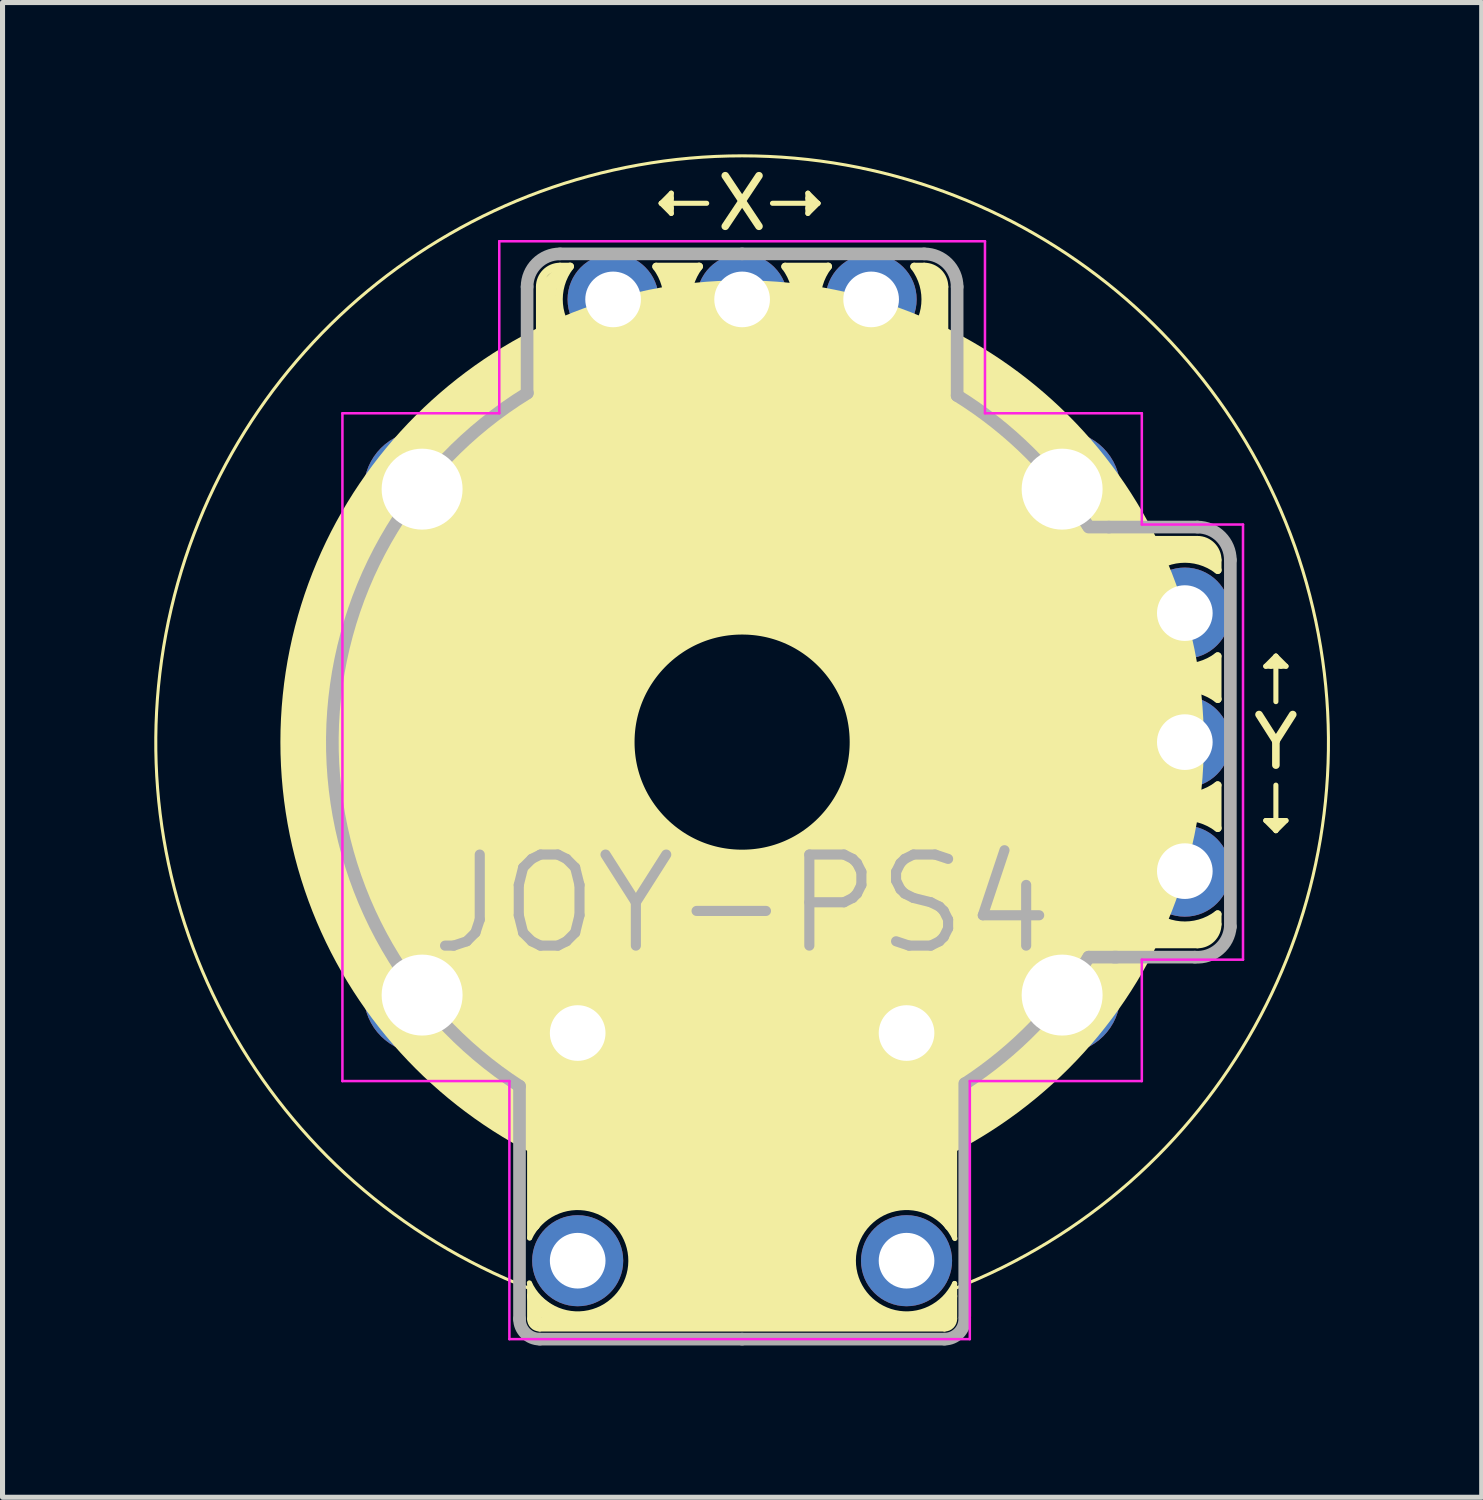
<source format=kicad_pcb>
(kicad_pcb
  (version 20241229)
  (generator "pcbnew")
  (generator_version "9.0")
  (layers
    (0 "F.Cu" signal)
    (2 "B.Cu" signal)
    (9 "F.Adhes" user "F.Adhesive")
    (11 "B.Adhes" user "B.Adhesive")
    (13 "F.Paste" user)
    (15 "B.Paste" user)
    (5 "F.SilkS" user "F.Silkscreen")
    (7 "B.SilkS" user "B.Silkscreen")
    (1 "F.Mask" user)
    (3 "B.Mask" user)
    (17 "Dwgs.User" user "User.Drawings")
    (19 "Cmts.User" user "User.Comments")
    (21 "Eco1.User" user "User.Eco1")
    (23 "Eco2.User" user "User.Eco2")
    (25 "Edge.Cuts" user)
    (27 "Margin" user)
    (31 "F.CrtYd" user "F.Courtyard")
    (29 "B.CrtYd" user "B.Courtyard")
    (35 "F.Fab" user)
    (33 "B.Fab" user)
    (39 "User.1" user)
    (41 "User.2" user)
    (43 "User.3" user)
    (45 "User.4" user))
  (footprint "JOY-PS4"
    (layer "F.Cu")
    (at 11.618 11.618)
    (property "Reference" "JOY-PS4" (at 0 3.2 0) (layer "F.Fab") (effects (font (size 1.8 1.8) (thickness 0.2))))
    (attr through_hole)
    (fp_line (start -4.2 9.8) (end -4.2 6.5) (stroke (width 0.1) (type solid)) (layer "F.SilkS"))
    (fp_line (start -4.2 10.7) (end -4.2 11.4) (stroke (width 0.1) (type solid)) (layer "F.SilkS"))
    (fp_line (start -4.15 10.95) (end -4.05 11.45) (stroke (width 0.2) (type solid)) (layer "F.SilkS"))
    (fp_line (start -4.1 9.55) (end -3.95 9.3) (stroke (width 0.2) (type solid)) (layer "F.SilkS"))
    (fp_line (start -4.05 6.6) (end -4.1 9.55) (stroke (width 0.2) (type solid)) (layer "F.SilkS"))
    (fp_line (start -4.05 11.45) (end -3.85 11.5) (stroke (width 0.2) (type solid)) (layer "F.SilkS"))
    (fp_line (start -4 -9) (end -4 -6.6) (stroke (width 0.15) (type solid)) (layer "F.SilkS"))
    (fp_line (start -4 11.6) (end 4 11.6) (stroke (width 0.1) (type solid)) (layer "F.SilkS"))
    (fp_line (start -3.95 9.15) (end -3.25 8.95) (stroke (width 0.2) (type solid)) (layer "F.SilkS"))
    (fp_line (start -3.95 9.3) (end -3.4 9.1) (stroke (width 0.2) (type solid)) (layer "F.SilkS"))
    (fp_line (start -3.9 6.8) (end -3.95 9.15) (stroke (width 0.2) (type solid)) (layer "F.SilkS"))
    (fp_line (start -3.9 11.15) (end -4.15 10.95) (stroke (width 0.2) (type solid)) (layer "F.SilkS"))
    (fp_line (start -3.85 -8.7) (end -3.8 -9.05) (stroke (width 0.3) (type solid)) (layer "F.SilkS"))
    (fp_line (start -3.85 -6.9) (end -3.85 -8.7) (stroke (width 0.3) (type solid)) (layer "F.SilkS"))
    (fp_line (start -3.85 11.5) (end -3.15 11.5) (stroke (width 0.2) (type solid)) (layer "F.SilkS"))
    (fp_line (start -3.8 -9.05) (end -3.6 -9.25) (stroke (width 0.3) (type solid)) (layer "F.SilkS"))
    (fp_line (start -3.8 9) (end -3.7 7.45) (stroke (width 0.4) (type solid)) (layer "F.SilkS"))
    (fp_line (start -3.75 -8.7) (end -3.7 -8.2) (stroke (width 0.3) (type solid)) (layer "F.SilkS"))
    (fp_line (start -3.75 7.1) (end -2.3 7.75) (stroke (width 0.4) (type solid)) (layer "F.SilkS"))
    (fp_line (start -3.7 -8.2) (end -3.5 -7.9) (stroke (width 0.3) (type solid)) (layer "F.SilkS"))
    (fp_line (start -3.7 8.85) (end -3.65 7.5) (stroke (width 0.4) (type solid)) (layer "F.SilkS"))
    (fp_line (start -3.7 11.4) (end -4 11.25) (stroke (width 0.2) (type solid)) (layer "F.SilkS"))
    (fp_line (start -3.65 -7.85) (end -3.25 -7.55) (stroke (width 0.3) (type solid)) (layer "F.SilkS"))
    (fp_line (start -3.65 7.5) (end -1.75 8.2) (stroke (width 0.4) (type solid)) (layer "F.SilkS"))
    (fp_line (start -3.6 -9.4) (end -3.4 -9.4) (stroke (width 0.15) (type solid)) (layer "F.SilkS"))
    (fp_line (start -3.6 -7.2) (end -3.65 -7.85) (stroke (width 0.3) (type solid)) (layer "F.SilkS"))
    (fp_line (start -3.6 -7.05) (end -3.85 -6.9) (stroke (width 0.3) (type solid)) (layer "F.SilkS"))
    (fp_line (start -3.6 7) (end -3.9 6.8) (stroke (width 0.2) (type solid)) (layer "F.SilkS"))
    (fp_line (start -3.6 11.35) (end -3.9 11.15) (stroke (width 0.2) (type solid)) (layer "F.SilkS"))
    (fp_line (start -3.5 -7.9) (end -3.15 -7.7) (stroke (width 0.3) (type solid)) (layer "F.SilkS"))
    (fp_line (start -3.4 8.5) (end -3.35 7.85) (stroke (width 0.4) (type solid)) (layer "F.SilkS"))
    (fp_line (start -3.4 9.1) (end -2.9 9.15) (stroke (width 0.2) (type solid)) (layer "F.SilkS"))
    (fp_line (start -3.25 -7.55) (end -3.45 -7.5) (stroke (width 0.3) (type solid)) (layer "F.SilkS"))
    (fp_line (start -3.25 8.95) (end -2.8 9) (stroke (width 0.2) (type solid)) (layer "F.SilkS"))
    (fp_line (start -3.2 8.55) (end -3.4 8.5) (stroke (width 0.4) (type solid)) (layer "F.SilkS"))
    (fp_line (start -3.15 -7.7) (end -2.9 -7.6) (stroke (width 0.3) (type solid)) (layer "F.SilkS"))
    (fp_line (start -3.15 8.15) (end -0.1 8.85) (stroke (width 0.8) (type solid)) (layer "F.SilkS"))
    (fp_line (start -3.15 11.5) (end 3.85 11.5) (stroke (width 0.2) (type solid)) (layer "F.SilkS"))
    (fp_line (start -3.05 8.75) (end -3.7 8.85) (stroke (width 0.4) (type solid)) (layer "F.SilkS"))
    (fp_line (start -3.05 11.4) (end -3.6 11.35) (stroke (width 0.2) (type solid)) (layer "F.SilkS"))
    (fp_line (start -2.9 -7.6) (end -2.7 -7.6) (stroke (width 0.3) (type solid)) (layer "F.SilkS"))
    (fp_line (start -2.9 9.15) (end -2.3 9.5) (stroke (width 0.2) (type solid)) (layer "F.SilkS"))
    (fp_line (start -2.8 9) (end -2.2 9.45) (stroke (width 0.2) (type solid)) (layer "F.SilkS"))
    (fp_line (start -2.7 -7.6) (end -3.6 -7.2) (stroke (width 0.3) (type solid)) (layer "F.SilkS"))
    (fp_line (start -2.7 11.4) (end -3.7 11.4) (stroke (width 0.2) (type solid)) (layer "F.SilkS"))
    (fp_line (start -2.65 11.25) (end -3.05 11.4) (stroke (width 0.2) (type solid)) (layer "F.SilkS"))
    (fp_line (start -2.5 -7.5) (end -3.6 -7.05) (stroke (width 0.3) (type solid)) (layer "F.SilkS"))
    (fp_line (start -2.5 8.95) (end -3.05 8.75) (stroke (width 0.4) (type solid)) (layer "F.SilkS"))
    (fp_line (start -2.45 7.5) (end -3.6 7) (stroke (width 0.2) (type solid)) (layer "F.SilkS"))
    (fp_line (start -2.45 11.3) (end -2.7 11.4) (stroke (width 0.2) (type solid)) (layer "F.SilkS"))
    (fp_line (start -2.4 9.45) (end -2.15 9.9) (stroke (width 0.2) (type solid)) (layer "F.SilkS"))
    (fp_line (start -2.3 7.75) (end -0.35 8.05) (stroke (width 0.4) (type solid)) (layer "F.SilkS"))
    (fp_line (start -2.3 11.3) (end -1.8 10.8) (stroke (width 0.4) (type solid)) (layer "F.SilkS"))
    (fp_line (start -2.25 8.7) (end -3.2 8.55) (stroke (width 0.4) (type solid)) (layer "F.SilkS"))
    (fp_line (start -2.25 10.85) (end -2.65 11.25) (stroke (width 0.2) (type solid)) (layer "F.SilkS"))
    (fp_line (start -2.2 9.45) (end -1.95 10.3) (stroke (width 0.2) (type solid)) (layer "F.SilkS"))
    (fp_line (start -2.15 9.9) (end -2.1 10.35) (stroke (width 0.2) (type solid)) (layer "F.SilkS"))
    (fp_line (start -2.1 10.35) (end -2.25 10.85) (stroke (width 0.2) (type solid)) (layer "F.SilkS"))
    (fp_line (start -2.1 10.95) (end -2.45 11.3) (stroke (width 0.2) (type solid)) (layer "F.SilkS"))
    (fp_line (start -2.05 9.35) (end -2.5 8.95) (stroke (width 0.4) (type solid)) (layer "F.SilkS"))
    (fp_line (start -1.95 10.3) (end -2.1 10.95) (stroke (width 0.2) (type solid)) (layer "F.SilkS"))
    (fp_line (start -1.85 -7.8) (end -1.25 -8) (stroke (width 0.3) (type solid)) (layer "F.SilkS"))
    (fp_line (start -1.8 10.8) (end -1.75 10.15) (stroke (width 0.4) (type solid)) (layer "F.SilkS"))
    (fp_line (start -1.75 8.2) (end 0 8.4) (stroke (width 0.4) (type solid)) (layer "F.SilkS"))
    (fp_line (start -1.75 10.15) (end -2.05 9.35) (stroke (width 0.4) (type solid)) (layer "F.SilkS"))
    (fp_line (start -1.7 -9.4) (end -0.85 -9.4) (stroke (width 0.15) (type solid)) (layer "F.SilkS"))
    (fp_line (start -1.7 9.35) (end -2.25 8.7) (stroke (width 0.4) (type solid)) (layer "F.SilkS"))
    (fp_line (start -1.7 11.05) (end -1.35 10.3) (stroke (width 0.4) (type solid)) (layer "F.SilkS"))
    (fp_line (start -1.6 -10.65) (end -1.4 -10.45) (stroke (width 0.1) (type solid)) (layer "F.SilkS"))
    (fp_line (start -1.55 9) (end -1.1 10.65) (stroke (width 0.8) (type solid)) (layer "F.SilkS"))
    (fp_line (start -1.5 -10.65) (end -1.4 -10.75) (stroke (width 0.1) (type solid)) (layer "F.SilkS"))
    (fp_line (start -1.5 -9.25) (end -1.1 -9.25) (stroke (width 0.3) (type solid)) (layer "F.SilkS"))
    (fp_line (start -1.5 -8.1) (end -1.85 -7.8) (stroke (width 0.3) (type solid)) (layer "F.SilkS"))
    (fp_line (start -1.4 -10.85) (end -1.6 -10.65) (stroke (width 0.1) (type solid)) (layer "F.SilkS"))
    (fp_line (start -1.4 -10.55) (end -1.5 -10.65) (stroke (width 0.1) (type solid)) (layer "F.SilkS"))
    (fp_line (start -1.4 -10.45) (end -1.4 -10.85) (stroke (width 0.1) (type solid)) (layer "F.SilkS"))
    (fp_line (start -1.35 -9.1) (end -1.35 -8.6) (stroke (width 0.3) (type solid)) (layer "F.SilkS"))
    (fp_line (start -1.35 -8.6) (end -1.5 -8.1) (stroke (width 0.3) (type solid)) (layer "F.SilkS"))
    (fp_line (start -1.35 10.3) (end -1.7 9.35) (stroke (width 0.4) (type solid)) (layer "F.SilkS"))
    (fp_line (start -1.25 -8.75) (end -1.1 -8.1) (stroke (width 0.3) (type solid)) (layer "F.SilkS"))
    (fp_line (start -1.25 -8) (end -1.3 -8.2) (stroke (width 0.3) (type solid)) (layer "F.SilkS"))
    (fp_line (start -1.1 -9.25) (end -1.25 -8.75) (stroke (width 0.3) (type solid)) (layer "F.SilkS"))
    (fp_line (start -1.1 -8.1) (end -0.8 -7.9) (stroke (width 0.3) (type solid)) (layer "F.SilkS"))
    (fp_line (start -1.1 10.65) (end 1.35 10.65) (stroke (width 0.8) (type solid)) (layer "F.SilkS"))
    (fp_line (start -1.05 7.8) (end -2.45 7.5) (stroke (width 0.2) (type solid)) (layer "F.SilkS"))
    (fp_line (start -0.8 -7.9) (end -2.35 -7.55) (stroke (width 0.3) (type solid)) (layer "F.SilkS"))
    (fp_line (start -0.75 9.8) (end -0.65 10.1) (stroke (width 0.8) (type solid)) (layer "F.SilkS"))
    (fp_line (start -0.7 -10.65) (end -1.6 -10.65) (stroke (width 0.1) (type solid)) (layer "F.SilkS"))
    (fp_line (start -0.65 10.1) (end 1.05 10.15) (stroke (width 0.8) (type solid)) (layer "F.SilkS"))
    (fp_line (start -0.35 8.05) (end 0.85 8.05) (stroke (width 0.4) (type solid)) (layer "F.SilkS"))
    (fp_line (start -0.1 7.85) (end -1.05 7.8) (stroke (width 0.2) (type solid)) (layer "F.SilkS"))
    (fp_line (start -0.1 8.85) (end 3.35 8.05) (stroke (width 0.8) (type solid)) (layer "F.SilkS"))
    (fp_line (start 0 8.4) (end 1.9 8.25) (stroke (width 0.4) (type solid)) (layer "F.SilkS"))
    (fp_line (start 0.15 9.45) (end -1.55 9) (stroke (width 0.8) (type solid)) (layer "F.SilkS"))
    (fp_line (start 0.6 -10.65) (end 1.5 -10.65) (stroke (width 0.1) (type solid)) (layer "F.SilkS"))
    (fp_line (start 0.7 -7.85) (end 1.1 -8.15) (stroke (width 0.3) (type solid)) (layer "F.SilkS"))
    (fp_line (start 0.85 -9.4) (end 1.7 -9.4) (stroke (width 0.15) (type solid)) (layer "F.SilkS"))
    (fp_line (start 0.85 -7.85) (end 1.75 -7.75) (stroke (width 0.3) (type solid)) (layer "F.SilkS"))
    (fp_line (start 0.85 8.05) (end 2.5 7.7) (stroke (width 0.4) (type solid)) (layer "F.SilkS"))
    (fp_line (start 0.9 7.85) (end -0.1 7.85) (stroke (width 0.2) (type solid)) (layer "F.SilkS"))
    (fp_line (start 1.1 -9.25) (end 1.45 -9.25) (stroke (width 0.3) (type solid)) (layer "F.SilkS"))
    (fp_line (start 1.1 -8.15) (end 1.2 -8.55) (stroke (width 0.3) (type solid)) (layer "F.SilkS"))
    (fp_line (start 1.2 -8.9) (end 1.1 -9.25) (stroke (width 0.3) (type solid)) (layer "F.SilkS"))
    (fp_line (start 1.2 -8.55) (end 1.2 -8.9) (stroke (width 0.3) (type solid)) (layer "F.SilkS"))
    (fp_line (start 1.2 -8) (end 1.3 -8.25) (stroke (width 0.3) (type solid)) (layer "F.SilkS"))
    (fp_line (start 1.3 -10.85) (end 1.3 -10.45) (stroke (width 0.1) (type solid)) (layer "F.SilkS"))
    (fp_line (start 1.3 -10.75) (end 1.4 -10.65) (stroke (width 0.1) (type solid)) (layer "F.SilkS"))
    (fp_line (start 1.3 -10.45) (end 1.5 -10.65) (stroke (width 0.1) (type solid)) (layer "F.SilkS"))
    (fp_line (start 1.35 -8.95) (end 1.35 -8.5) (stroke (width 0.3) (type solid)) (layer "F.SilkS"))
    (fp_line (start 1.35 -8.5) (end 1.55 -8.05) (stroke (width 0.3) (type solid)) (layer "F.SilkS"))
    (fp_line (start 1.35 10.65) (end 1.4 9.65) (stroke (width 0.8) (type solid)) (layer "F.SilkS"))
    (fp_line (start 1.4 -10.65) (end 1.3 -10.55) (stroke (width 0.1) (type solid)) (layer "F.SilkS"))
    (fp_line (start 1.4 9.65) (end -0.75 9.8) (stroke (width 0.8) (type solid)) (layer "F.SilkS"))
    (fp_line (start 1.45 -9.25) (end 1.35 -8.95) (stroke (width 0.3) (type solid)) (layer "F.SilkS"))
    (fp_line (start 1.5 -10.65) (end 1.3 -10.85) (stroke (width 0.1) (type solid)) (layer "F.SilkS"))
    (fp_line (start 1.55 -8.05) (end 1.7 -7.9) (stroke (width 0.3) (type solid)) (layer "F.SilkS"))
    (fp_line (start 1.55 10.1) (end 1.7 10.65) (stroke (width 0.4) (type solid)) (layer "F.SilkS"))
    (fp_line (start 1.7 -7.9) (end 1.2 -8) (stroke (width 0.3) (type solid)) (layer "F.SilkS"))
    (fp_line (start 1.7 10.65) (end 1.9 11.05) (stroke (width 0.4) (type solid)) (layer "F.SilkS"))
    (fp_line (start 1.75 -7.75) (end 2.45 -7.55) (stroke (width 0.3) (type solid)) (layer "F.SilkS"))
    (fp_line (start 1.75 9.5) (end 1.55 10.1) (stroke (width 0.4) (type solid)) (layer "F.SilkS"))
    (fp_line (start 1.9 8.25) (end 1.95 8.15) (stroke (width 0.4) (type solid)) (layer "F.SilkS"))
    (fp_line (start 1.9 9.95) (end 1.95 10.65) (stroke (width 0.4) (type solid)) (layer "F.SilkS"))
    (fp_line (start 1.9 11.05) (end -1.7 11.05) (stroke (width 0.4) (type solid)) (layer "F.SilkS"))
    (fp_line (start 1.95 8.15) (end 3.45 7.6) (stroke (width 0.4) (type solid)) (layer "F.SilkS"))
    (fp_line (start 1.95 10.65) (end 2.35 11.25) (stroke (width 0.4) (type solid)) (layer "F.SilkS"))
    (fp_line (start 2.1 9.15) (end 1.75 9.5) (stroke (width 0.4) (type solid)) (layer "F.SilkS"))
    (fp_line (start 2.1 10.15) (end 2.3 9.6) (stroke (width 0.2) (type solid)) (layer "F.SilkS"))
    (fp_line (start 2.2 10.7) (end 2.1 10.15) (stroke (width 0.2) (type solid)) (layer "F.SilkS"))
    (fp_line (start 2.3 9.25) (end 1.9 9.95) (stroke (width 0.4) (type solid)) (layer "F.SilkS"))
    (fp_line (start 2.3 9.6) (end 2.75 9.2) (stroke (width 0.2) (type solid)) (layer "F.SilkS"))
    (fp_line (start 2.35 11.25) (end 2.55 11.35) (stroke (width 0.4) (type solid)) (layer "F.SilkS"))
    (fp_line (start 2.4 11) (end 2.2 10.7) (stroke (width 0.2) (type solid)) (layer "F.SilkS"))
    (fp_line (start 2.45 -7.55) (end 3.85 -6.95) (stroke (width 0.3) (type solid)) (layer "F.SilkS"))
    (fp_line (start 2.5 7.7) (end 4 6.95) (stroke (width 0.4) (type solid)) (layer "F.SilkS"))
    (fp_line (start 2.55 7.4) (end 0.9 7.85) (stroke (width 0.2) (type solid)) (layer "F.SilkS"))
    (fp_line (start 2.55 11.35) (end -2.3 11.3) (stroke (width 0.4) (type solid)) (layer "F.SilkS"))
    (fp_line (start 2.7 -7.6) (end 3.25 -7.75) (stroke (width 0.3) (type solid)) (layer "F.SilkS"))
    (fp_line (start 2.75 9.2) (end 3.2 9.1) (stroke (width 0.2) (type solid)) (layer "F.SilkS"))
    (fp_line (start 2.75 11.3) (end 2.4 11) (stroke (width 0.2) (type solid)) (layer "F.SilkS"))
    (fp_line (start 2.85 8.75) (end 2.1 9.15) (stroke (width 0.4) (type solid)) (layer "F.SilkS"))
    (fp_line (start 3.2 8.95) (end 2.3 9.25) (stroke (width 0.4) (type solid)) (layer "F.SilkS"))
    (fp_line (start 3.2 9.1) (end 3.6 9.15) (stroke (width 0.2) (type solid)) (layer "F.SilkS"))
    (fp_line (start 3.25 -7.75) (end 3.55 -8.15) (stroke (width 0.3) (type solid)) (layer "F.SilkS"))
    (fp_line (start 3.25 8.45) (end 0.15 9.45) (stroke (width 0.8) (type solid)) (layer "F.SilkS"))
    (fp_line (start 3.3 11.4) (end 2.75 11.3) (stroke (width 0.2) (type solid)) (layer "F.SilkS"))
    (fp_line (start 3.35 8.05) (end 3.25 8.45) (stroke (width 0.8) (type solid)) (layer "F.SilkS"))
    (fp_line (start 3.45 7.6) (end 3.7 7.4) (stroke (width 0.4) (type solid)) (layer "F.SilkS"))
    (fp_line (start 3.55 -8.15) (end 3.65 -8.25) (stroke (width 0.3) (type solid)) (layer "F.SilkS"))
    (fp_line (start 3.55 -7.6) (end 3.25 -7.6) (stroke (width 0.3) (type solid)) (layer "F.SilkS"))
    (fp_line (start 3.6 -9.4) (end 3.4 -9.4) (stroke (width 0.15) (type solid)) (layer "F.SilkS"))
    (fp_line (start 3.6 9.15) (end 3.95 9.35) (stroke (width 0.2) (type solid)) (layer "F.SilkS"))
    (fp_line (start 3.65 -9.3) (end 3.8 -8.75) (stroke (width 0.3) (type solid)) (layer "F.SilkS"))
    (fp_line (start 3.65 -8.25) (end 3.55 -7.6) (stroke (width 0.3) (type solid)) (layer "F.SilkS"))
    (fp_line (start 3.65 -7.3) (end 2.7 -7.6) (stroke (width 0.3) (type solid)) (layer "F.SilkS"))
    (fp_line (start 3.65 8.8) (end 2.85 8.75) (stroke (width 0.4) (type solid)) (layer "F.SilkS"))
    (fp_line (start 3.65 11.35) (end 3.3 11.4) (stroke (width 0.2) (type solid)) (layer "F.SilkS"))
    (fp_line (start 3.7 7.4) (end 3.65 8.8) (stroke (width 0.4) (type solid)) (layer "F.SilkS"))
    (fp_line (start 3.8 -8.75) (end 3.65 -7.3) (stroke (width 0.3) (type solid)) (layer "F.SilkS"))
    (fp_line (start 3.8 11.4) (end 4 11.3) (stroke (width 0.4) (type solid)) (layer "F.SilkS"))
    (fp_line (start 3.85 -9) (end 3.65 -9.3) (stroke (width 0.3) (type solid)) (layer "F.SilkS"))
    (fp_line (start 3.85 -6.95) (end 3.85 -9) (stroke (width 0.3) (type solid)) (layer "F.SilkS"))
    (fp_line (start 3.85 11.5) (end 4.1 11.45) (stroke (width 0.2) (type solid)) (layer "F.SilkS"))
    (fp_line (start 3.9 9.15) (end 3.2 8.95) (stroke (width 0.4) (type solid)) (layer "F.SilkS"))
    (fp_line (start 3.9 11.2) (end 3.65 11.35) (stroke (width 0.2) (type solid)) (layer "F.SilkS"))
    (fp_line (start 3.95 9.35) (end 4.1 9.55) (stroke (width 0.2) (type solid)) (layer "F.SilkS"))
    (fp_line (start 4 -9) (end 4 -6.65) (stroke (width 0.15) (type solid)) (layer "F.SilkS"))
    (fp_line (start 4 6.95) (end 3.9 9.15) (stroke (width 0.4) (type solid)) (layer "F.SilkS"))
    (fp_line (start 4.1 6.65) (end 2.55 7.4) (stroke (width 0.2) (type solid)) (layer "F.SilkS"))
    (fp_line (start 4.1 9.55) (end 4.1 6.65) (stroke (width 0.2) (type solid)) (layer "F.SilkS"))
    (fp_line (start 4.1 11.45) (end 4.15 10.95) (stroke (width 0.2) (type solid)) (layer "F.SilkS"))
    (fp_line (start 4.15 10.95) (end 3.9 11.2) (stroke (width 0.2) (type solid)) (layer "F.SilkS"))
    (fp_line (start 4.2 9.8) (end 4.2 6.45) (stroke (width 0.1) (type solid)) (layer "F.SilkS"))
    (fp_line (start 4.2 10.7) (end 4.2 11.4) (stroke (width 0.1) (type solid)) (layer "F.SilkS"))
    (fp_line (start 7.05 -3.7) (end 7.45 -3.85) (stroke (width 0.3) (type solid)) (layer "F.SilkS"))
    (fp_line (start 7.05 3.7) (end 7.55 2.55) (stroke (width 0.3) (type solid)) (layer "F.SilkS"))
    (fp_line (start 7.2 4) (end 6.75 3.75) (stroke (width 0.15) (type solid)) (layer "F.SilkS"))
    (fp_line (start 7.25 -4) (end 6.75 -3.75) (stroke (width 0.15) (type solid)) (layer "F.SilkS"))
    (fp_line (start 7.3 -3.55) (end 7.85 -3.7) (stroke (width 0.3) (type solid)) (layer "F.SilkS"))
    (fp_line (start 7.3 -3.1) (end 7.05 -3.7) (stroke (width 0.3) (type solid)) (layer "F.SilkS"))
    (fp_line (start 7.3 3.85) (end 7.05 3.7) (stroke (width 0.3) (type solid)) (layer "F.SilkS"))
    (fp_line (start 7.4 3.6) (end 7.95 3.65) (stroke (width 0.3) (type solid)) (layer "F.SilkS"))
    (fp_line (start 7.45 -3.85) (end 8.85 -3.85) (stroke (width 0.3) (type solid)) (layer "F.SilkS"))
    (fp_line (start 7.55 -2.8) (end 7.3 -3.55) (stroke (width 0.3) (type solid)) (layer "F.SilkS"))
    (fp_line (start 7.55 2.55) (end 7.85 1.25) (stroke (width 0.3) (type solid)) (layer "F.SilkS"))
    (fp_line (start 7.6 -3.15) (end 7.55 -2.8) (stroke (width 0.3) (type solid)) (layer "F.SilkS"))
    (fp_line (start 7.6 2.85) (end 7.4 3.6) (stroke (width 0.3) (type solid)) (layer "F.SilkS"))
    (fp_line (start 7.65 -2.25) (end 7.3 -3.1) (stroke (width 0.3) (type solid)) (layer "F.SilkS"))
    (fp_line (start 7.7 3.2) (end 7.6 2.85) (stroke (width 0.3) (type solid)) (layer "F.SilkS"))
    (fp_line (start 7.7 3.45) (end 7.25 3.65) (stroke (width 0.3) (type solid)) (layer "F.SilkS"))
    (fp_line (start 7.8 -1.7) (end 7.65 -2.25) (stroke (width 0.3) (type solid)) (layer "F.SilkS"))
    (fp_line (start 7.8 -0.85) (end 7.8 -1.7) (stroke (width 0.3) (type solid)) (layer "F.SilkS"))
    (fp_line (start 7.85 -3.7) (end 7.5 -3.35) (stroke (width 0.3) (type solid)) (layer "F.SilkS"))
    (fp_line (start 7.85 0.85) (end 8.15 1.1) (stroke (width 0.3) (type solid)) (layer "F.SilkS"))
    (fp_line (start 7.85 1.25) (end 7.85 0.85) (stroke (width 0.3) (type solid)) (layer "F.SilkS"))
    (fp_line (start 7.85 1.75) (end 8.05 1.3) (stroke (width 0.3) (type solid)) (layer "F.SilkS"))
    (fp_line (start 7.9 1.65) (end 7.85 1.75) (stroke (width 0.3) (type solid)) (layer "F.SilkS"))
    (fp_line (start 7.95 3.65) (end 7.7 3.45) (stroke (width 0.3) (type solid)) (layer "F.SilkS"))
    (fp_line (start 8 -1.65) (end 8.25 -1.45) (stroke (width 0.3) (type solid)) (layer "F.SilkS"))
    (fp_line (start 8 -1.35) (end 8 -1.15) (stroke (width 0.3) (type solid)) (layer "F.SilkS"))
    (fp_line (start 8 -1.15) (end 8 -1.65) (stroke (width 0.3) (type solid)) (layer "F.SilkS"))
    (fp_line (start 8.05 -3.6) (end 7.6 -3.15) (stroke (width 0.3) (type solid)) (layer "F.SilkS"))
    (fp_line (start 8.1 3.6) (end 7.7 3.2) (stroke (width 0.3) (type solid)) (layer "F.SilkS"))
    (fp_line (start 8.15 -1.05) (end 7.8 -0.85) (stroke (width 0.3) (type solid)) (layer "F.SilkS"))
    (fp_line (start 8.15 1.1) (end 8.55 1.2) (stroke (width 0.3) (type solid)) (layer "F.SilkS"))
    (fp_line (start 8.2 1.4) (end 7.9 1.65) (stroke (width 0.3) (type solid)) (layer "F.SilkS"))
    (fp_line (start 8.55 1.2) (end 8.95 1.2) (stroke (width 0.3) (type solid)) (layer "F.SilkS"))
    (fp_line (start 8.65 3.85) (end 7.3 3.85) (stroke (width 0.3) (type solid)) (layer "F.SilkS"))
    (fp_line (start 8.7 3.75) (end 8.1 3.6) (stroke (width 0.3) (type solid)) (layer "F.SilkS"))
    (fp_line (start 8.75 -1.25) (end 8.15 -1.05) (stroke (width 0.3) (type solid)) (layer "F.SilkS"))
    (fp_line (start 8.75 1.35) (end 8.2 1.4) (stroke (width 0.3) (type solid)) (layer "F.SilkS"))
    (fp_line (start 8.8 -3.75) (end 8.05 -3.6) (stroke (width 0.3) (type solid)) (layer "F.SilkS"))
    (fp_line (start 8.85 -3.85) (end 9.2 -3.75) (stroke (width 0.3) (type solid)) (layer "F.SilkS"))
    (fp_line (start 8.95 1.2) (end 9.25 1.1) (stroke (width 0.3) (type solid)) (layer "F.SilkS"))
    (fp_line (start 9 -4) (end 7.25 -4) (stroke (width 0.15) (type solid)) (layer "F.SilkS"))
    (fp_line (start 9 4) (end 7.2 4) (stroke (width 0.15) (type solid)) (layer "F.SilkS"))
    (fp_line (start 9.1 3.7) (end 8.7 3.75) (stroke (width 0.3) (type solid)) (layer "F.SilkS"))
    (fp_line (start 9.1 3.8) (end 8.65 3.85) (stroke (width 0.3) (type solid)) (layer "F.SilkS"))
    (fp_line (start 9.15 -1.35) (end 8 -1.35) (stroke (width 0.3) (type solid)) (layer "F.SilkS"))
    (fp_line (start 9.2 -3.75) (end 9.3 -3.6) (stroke (width 0.3) (type solid)) (layer "F.SilkS"))
    (fp_line (start 9.25 -1.5) (end 9.25 -1.1) (stroke (width 0.3) (type solid)) (layer "F.SilkS"))
    (fp_line (start 9.25 -1.1) (end 8.75 -1.25) (stroke (width 0.3) (type solid)) (layer "F.SilkS"))
    (fp_line (start 9.25 1.1) (end 9.25 1.45) (stroke (width 0.3) (type solid)) (layer "F.SilkS"))
    (fp_line (start 9.25 1.45) (end 8.75 1.35) (stroke (width 0.3) (type solid)) (layer "F.SilkS"))
    (fp_line (start 9.3 -3.6) (end 8.8 -3.75) (stroke (width 0.3) (type solid)) (layer "F.SilkS"))
    (fp_line (start 9.3 3.6) (end 9.1 3.8) (stroke (width 0.3) (type solid)) (layer "F.SilkS"))
    (fp_line (start 9.4 -3.6) (end 9.4 -3.4) (stroke (width 0.15) (type solid)) (layer "F.SilkS"))
    (fp_line (start 9.4 -1.7) (end 9.4 -0.85) (stroke (width 0.15) (type solid)) (layer "F.SilkS"))
    (fp_line (start 9.4 0.85) (end 9.4 1.7) (stroke (width 0.15) (type solid)) (layer "F.SilkS"))
    (fp_line (start 9.4 3.6) (end 9.4 3.4) (stroke (width 0.15) (type solid)) (layer "F.SilkS"))
    (fp_line (start 10.35 -1.5) (end 10.75 -1.5) (stroke (width 0.1) (type solid)) (layer "F.SilkS"))
    (fp_line (start 10.35 1.55) (end 10.55 1.75) (stroke (width 0.1) (type solid)) (layer "F.SilkS"))
    (fp_line (start 10.45 -1.5) (end 10.55 -1.6) (stroke (width 0.1) (type solid)) (layer "F.SilkS"))
    (fp_line (start 10.55 -1.7) (end 10.35 -1.5) (stroke (width 0.1) (type solid)) (layer "F.SilkS"))
    (fp_line (start 10.55 -1.6) (end 10.65 -1.5) (stroke (width 0.1) (type solid)) (layer "F.SilkS"))
    (fp_line (start 10.55 -0.8) (end 10.55 -1.7) (stroke (width 0.1) (type solid)) (layer "F.SilkS"))
    (fp_line (start 10.55 0.85) (end 10.55 1.75) (stroke (width 0.1) (type solid)) (layer "F.SilkS"))
    (fp_line (start 10.55 1.65) (end 10.45 1.55) (stroke (width 0.1) (type solid)) (layer "F.SilkS"))
    (fp_line (start 10.55 1.75) (end 10.75 1.55) (stroke (width 0.1) (type solid)) (layer "F.SilkS"))
    (fp_line (start 10.65 1.55) (end 10.55 1.65) (stroke (width 0.1) (type solid)) (layer "F.SilkS"))
    (fp_line (start 10.75 -1.5) (end 10.55 -1.7) (stroke (width 0.1) (type solid)) (layer "F.SilkS"))
    (fp_line (start 10.75 1.55) (end 10.35 1.55) (stroke (width 0.1) (type solid)) (layer "F.SilkS"))
    (fp_arc (start -6.8 3.7) (mid -7.741444 0.006944) (end -6.806627 -3.687795) (stroke (width 0.3) (type solid)) (layer "F.SilkS"))
    (fp_arc (start -5.2 -5.7) (mid -0.016644 -7.715551) (end 5.17536 -5.722381) (stroke (width 0.3) (type solid)) (layer "F.SilkS"))
    (fp_arc (start -4.2 9.8) (mid -2.198829 10.256351) (end -4.205368 10.688488) (stroke (width 0.1) (type solid)) (layer "F.SilkS"))
    (fp_arc (start -4.2 10.8) (mid 0.000102 -11.587925) (end 4.199809 10.800074) (stroke (width 0.06) (type solid)) (layer "F.SilkS"))
    (fp_arc (start -4 -9) (mid -3.882843 -9.282843) (end -3.6 -9.4) (stroke (width 0.15) (type solid)) (layer "F.SilkS"))
    (fp_arc (start -4 11.6) (mid -4.141421 11.541421) (end -4.2 11.4) (stroke (width 0.1) (type solid)) (layer "F.SilkS"))
    (fp_arc (start -1.7 -9.4) (mid -2.551768 -7.679955) (end -3.397848 -9.402805) (stroke (width 0.15) (type solid)) (layer "F.SilkS"))
    (fp_arc (start 0.85 -9.4) (mid -0.001768 -7.679955) (end -0.847848 -9.402805) (stroke (width 0.15) (type solid)) (layer "F.SilkS"))
    (fp_arc (start 3.4 -9.4) (mid 2.548232 -7.679955) (end 1.702152 -9.402805) (stroke (width 0.15) (type solid)) (layer "F.SilkS"))
    (fp_arc (start 3.6 -9.4) (mid 3.882843 -9.282843) (end 4 -9) (stroke (width 0.15) (type solid)) (layer "F.SilkS"))
    (fp_arc (start 4.2 10.7) (mid 2.198829 10.243649) (end 4.205368 9.811512) (stroke (width 0.1) (type solid)) (layer "F.SilkS"))
    (fp_arc (start 4.2 11.4) (mid 4.141421 11.541421) (end 4 11.6) (stroke (width 0.1) (type solid)) (layer "F.SilkS"))
    (fp_arc (start 5.2 5.7) (mid 0.016644 7.715551) (end -5.17536 5.722381) (stroke (width 0.3) (type solid)) (layer "F.SilkS"))
    (fp_arc (start 6.8 -3.7) (mid 7.741444 -0.006944) (end 6.806627 3.687795) (stroke (width 0.3) (type solid)) (layer "F.SilkS"))
    (fp_arc (start 9 -4) (mid 9.282843 -3.882843) (end 9.4 -3.6) (stroke (width 0.15) (type solid)) (layer "F.SilkS"))
    (fp_arc (start 9.4 -1.7) (mid 7.679955 -2.551768) (end 9.402805 -3.397848) (stroke (width 0.15) (type solid)) (layer "F.SilkS"))
    (fp_arc (start 9.4 0.85) (mid 7.679955 -0.001768) (end 9.402805 -0.847848) (stroke (width 0.15) (type solid)) (layer "F.SilkS"))
    (fp_arc (start 9.4 3.4) (mid 7.679955 2.548232) (end 9.402805 1.702152) (stroke (width 0.15) (type solid)) (layer "F.SilkS"))
    (fp_arc (start 9.4 3.6) (mid 9.282843 3.882843) (end 9 4) (stroke (width 0.15) (type solid)) (layer "F.SilkS"))
    (fp_circle (center 0 0) (end 1.4 1.6) (stroke (width 7) (type solid)) (fill no) (layer "F.SilkS"))
    (fp_circle (center 0 0) (end 5.5 -0.2) (stroke (width 0.1) (type solid)) (fill no) (layer "F.SilkS"))
    (fp_line (start -7.9 -6.5) (end -4.8 -6.5) (stroke (width 0.05) (type solid)) (layer "F.CrtYd"))
    (fp_line (start -7.9 6.7) (end -7.9 -6.5) (stroke (width 0.05) (type solid)) (layer "F.CrtYd"))
    (fp_line (start -4.8 -9.9) (end 4.8 -9.9) (stroke (width 0.05) (type solid)) (layer "F.CrtYd"))
    (fp_line (start -4.8 -6.5) (end -4.8 -9.9) (stroke (width 0.05) (type solid)) (layer "F.CrtYd"))
    (fp_line (start -4.6 6.7) (end -7.9 6.7) (stroke (width 0.05) (type solid)) (layer "F.CrtYd"))
    (fp_line (start -4.6 11.8) (end -4.6 6.7) (stroke (width 0.05) (type solid)) (layer "F.CrtYd"))
    (fp_line (start 4.5 6.7) (end 4.5 11.8) (stroke (width 0.05) (type solid)) (layer "F.CrtYd"))
    (fp_line (start 4.5 11.8) (end -4.6 11.8) (stroke (width 0.05) (type solid)) (layer "F.CrtYd"))
    (fp_line (start 4.8 -9.9) (end 4.8 -6.5) (stroke (width 0.05) (type solid)) (layer "F.CrtYd"))
    (fp_line (start 4.8 -6.5) (end 7.9 -6.5) (stroke (width 0.05) (type solid)) (layer "F.CrtYd"))
    (fp_line (start 7.9 -6.5) (end 7.9 -4.3) (stroke (width 0.05) (type solid)) (layer "F.CrtYd"))
    (fp_line (start 7.9 -4.3) (end 9.9 -4.3) (stroke (width 0.05) (type solid)) (layer "F.CrtYd"))
    (fp_line (start 7.9 4.3) (end 7.9 6.7) (stroke (width 0.05) (type solid)) (layer "F.CrtYd"))
    (fp_line (start 7.9 6.7) (end 4.5 6.7) (stroke (width 0.05) (type solid)) (layer "F.CrtYd"))
    (fp_line (start 9.9 -4.3) (end 9.9 4.3) (stroke (width 0.05) (type solid)) (layer "F.CrtYd"))
    (fp_line (start 9.9 4.3) (end 7.9 4.3) (stroke (width 0.05) (type solid)) (layer "F.CrtYd"))
    (fp_line (start -4.4 6.8) (end -4.4 11.4) (stroke (width 0.25) (type solid)) (layer "F.Fab"))
    (fp_line (start -4.25 -6.9) (end -4.25 -9) (stroke (width 0.25) (type solid)) (layer "F.Fab"))
    (fp_line (start -4 11.8) (end 0 11.8) (stroke (width 0.25) (type solid)) (layer "F.Fab"))
    (fp_line (start -3.6 -9.65) (end 0 -9.65) (stroke (width 0.25) (type solid)) (layer "F.Fab"))
    (fp_line (start 3.6 -9.65) (end 0 -9.65) (stroke (width 0.25) (type solid)) (layer "F.Fab"))
    (fp_line (start 4 11.8) (end 0 11.8) (stroke (width 0.25) (type solid)) (layer "F.Fab"))
    (fp_line (start 4.25 -9) (end 4.25 -6.85) (stroke (width 0.25) (type solid)) (layer "F.Fab"))
    (fp_line (start 4.4 6.75) (end 4.4 11.35) (stroke (width 0.25) (type solid)) (layer "F.Fab"))
    (fp_line (start 6.85 -4.25) (end 7.25 -4.25) (stroke (width 0.25) (type solid)) (layer "F.Fab"))
    (fp_line (start 6.85 4.25) (end 7.4 4.25) (stroke (width 0.25) (type solid)) (layer "F.Fab"))
    (fp_line (start 7.25 -4.25) (end 9 -4.25) (stroke (width 0.25) (type solid)) (layer "F.Fab"))
    (fp_line (start 8.95 4.25) (end 7.35 4.25) (stroke (width 0.25) (type solid)) (layer "F.Fab"))
    (fp_line (start 9.65 -3.6) (end 9.65 3.65) (stroke (width 0.25) (type solid)) (layer "F.Fab"))
    (fp_arc (start -4.4 6.8) (mid -8.098853 -0.092624) (end -4.243331 -6.898851) (stroke (width 0.25) (type solid)) (layer "F.Fab"))
    (fp_arc (start -4.25 -9) (mid -4.059619 -9.459619) (end -3.6 -9.65) (stroke (width 0.25) (type solid)) (layer "F.Fab"))
    (fp_arc (start -4 11.8) (mid -4.282843 11.682843) (end -4.4 11.4) (stroke (width 0.25) (type solid)) (layer "F.Fab"))
    (fp_arc (start 3.6 -9.65) (mid 4.059619 -9.459619) (end 4.25 -9) (stroke (width 0.25) (type solid)) (layer "F.Fab"))
    (fp_arc (start 4.25 -6.85) (mid 5.681987 -5.718393) (end 6.822717 -4.293662) (stroke (width 0.25) (type solid)) (layer "F.Fab"))
    (fp_arc (start 4.4 11.4) (mid 4.282843 11.682843) (end 4 11.8) (stroke (width 0.25) (type solid)) (layer "F.Fab"))
    (fp_arc (start 6.85 4.25) (mid 5.767759 5.631869) (end 4.412081 6.746743) (stroke (width 0.25) (type solid)) (layer "F.Fab"))
    (fp_arc (start 9 -4.25) (mid 9.459619 -4.059619) (end 9.65 -3.6) (stroke (width 0.25) (type solid)) (layer "F.Fab"))
    (fp_arc (start 9.65 3.65) (mid 9.424264 4.094975) (end 8.95 4.25) (stroke (width 0.25) (type solid)) (layer "F.Fab"))
    (fp_text user "Y" (at 10.55 0 0) (layer "F.SilkS") (effects (font (size 1 1) (thickness 0.15))))
    (fp_text user "X" (at 0 -10.65 0) (layer "F.SilkS") (effects (font (size 1 1) (thickness 0.15))))
    (pad "1" thru_hole circle (at -3.25 10.25) (size 1.8 1.8) (drill 1.1) (layers "*.Cu" "*.Mask"))
    (pad "2" thru_hole circle (at -3.25 5.75) (size 1.8 1.8) (drill 1.1) (layers "*.Cu" "*.Mask"))
    (pad "3" thru_hole circle (at 3.25 10.25) (size 1.8 1.8) (drill 1.1) (layers "*.Cu" "*.Mask"))
    (pad "4" thru_hole circle (at 3.25 5.75) (size 1.8 1.8) (drill 1.1) (layers "*.Cu" "*.Mask"))
    (pad "5" thru_hole circle (at -2.55 -8.75) (size 1.8 1.8) (drill 1.1) (layers "*.Cu" "*.Mask"))
    (pad "6" thru_hole circle (at 0 -8.75) (size 1.8 1.8) (drill 1.1) (layers "*.Cu" "*.Mask"))
    (pad "7" thru_hole circle (at 2.55 -8.75) (size 1.8 1.8) (drill 1.1) (layers "*.Cu" "*.Mask"))
    (pad "8" thru_hole circle (at 8.75 -2.55) (size 1.8 1.8) (drill 1.1) (layers "*.Cu" "*.Mask"))
    (pad "9" thru_hole circle (at 8.75 0) (size 1.8 1.8) (drill 1.1) (layers "*.Cu" "*.Mask"))
    (pad "10" thru_hole circle (at 8.75 2.55) (size 1.8 1.8) (drill 1.1) (layers "*.Cu" "*.Mask"))
    (pad "11" thru_hole circle (at -6.325 -5) (size 2.3 2.3) (drill 1.6) (layers "*.Cu" "*.Mask"))
    (pad "11" thru_hole circle (at -6.325 5) (size 2.3 2.3) (drill 1.6) (layers "*.Cu" "*.Mask"))
    (pad "11" thru_hole circle (at 6.325 -5) (size 2.3 2.3) (drill 1.6) (layers "*.Cu" "*.Mask"))
    (pad "11" thru_hole circle (at 6.325 5) (size 2.3 2.3) (drill 1.6) (layers "*.Cu" "*.Mask")))
  (gr_rect
    (start -3 -3)
    (end 26.236 26.543)
    (stroke (width 0.1) (type default))
    (fill no)
    (layer "Edge.Cuts")))
</source>
